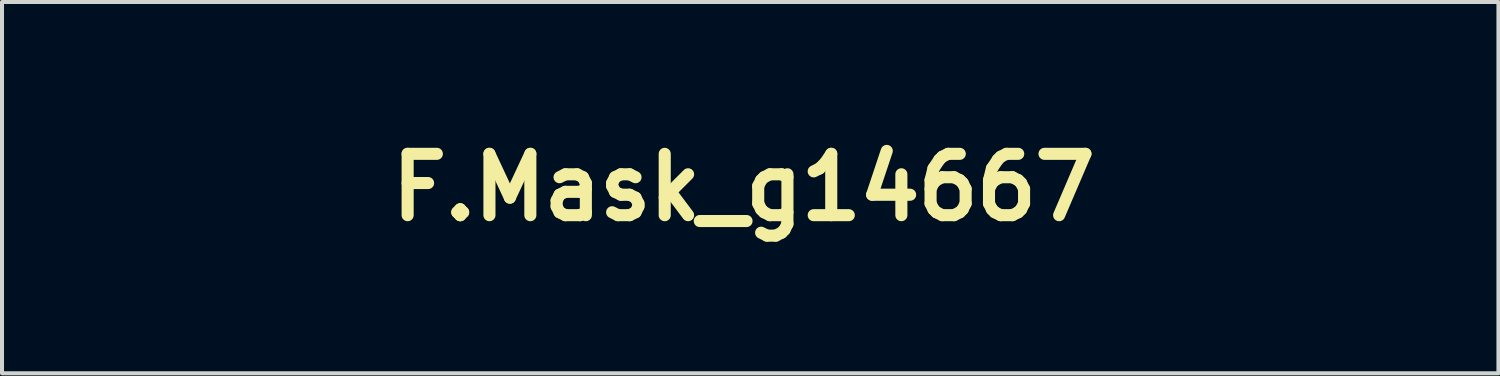
<source format=kicad_pcb>
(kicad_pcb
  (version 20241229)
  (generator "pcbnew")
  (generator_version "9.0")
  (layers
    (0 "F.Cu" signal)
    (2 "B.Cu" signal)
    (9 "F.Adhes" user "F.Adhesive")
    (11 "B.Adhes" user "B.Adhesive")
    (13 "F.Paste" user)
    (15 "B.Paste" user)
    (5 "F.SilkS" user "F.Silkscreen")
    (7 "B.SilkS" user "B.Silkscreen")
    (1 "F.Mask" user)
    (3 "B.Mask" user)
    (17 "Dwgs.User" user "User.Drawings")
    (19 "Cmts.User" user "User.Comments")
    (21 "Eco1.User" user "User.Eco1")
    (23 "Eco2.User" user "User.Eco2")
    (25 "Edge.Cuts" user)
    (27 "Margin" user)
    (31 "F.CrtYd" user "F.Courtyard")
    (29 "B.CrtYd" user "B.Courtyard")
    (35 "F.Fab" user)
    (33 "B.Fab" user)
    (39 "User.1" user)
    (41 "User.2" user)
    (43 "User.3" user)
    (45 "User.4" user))
  (footprint "F.Mask_g14667"
    (layer "F.Cu")
    (at 15.422 1.606)
    (property "Reference" "F.Mask_g14667" (at 0 0 0) (layer "F.SilkS") (effects (font (size 1.524 1.524) (thickness 0.3))))
    (attr through_hole)
    (fp_poly (pts (xy -8.903 -1.079) (xy -10.122 -1.079) (xy -10.122 -0.152) (xy -9.042 -0.152) (xy -9.042 0.102) (xy -10.122 0.102) (xy -10.122 1.194) (xy -8.788 1.194) (xy -8.788 1.448) (xy -11.9 1.448) (xy -11.9 1.194) (xy -11.424 1.187) (xy -11.42 0.371) (xy -11.417 -0.445) (xy -11.29 -0.445) (xy -11.163 -0.445) (xy -11.163 1.194) (xy -10.395 1.187) (xy -10.392 0.054) (xy -10.388 -1.08) (xy -11.074 -1.08) (xy -11.76 -1.079) (xy -11.76 -1.333) (xy -8.903 -1.333) (xy -8.903 -1.079)) (stroke (width 0.01) (type solid)) (fill yes) (layer "F.Mask"))
    (fp_poly (pts (xy -13.226 -0.36) (xy -13.042 -0.231) (xy -12.869 -0.105) (xy -12.71 0.016) (xy -12.567 0.131) (xy -12.442 0.237) (xy -12.347 0.323) (xy -12.254 0.411) (xy -12.353 0.51) (xy -12.393 0.55) (xy -12.427 0.582) (xy -12.45 0.602) (xy -12.458 0.608) (xy -12.47 0.599) (xy -12.495 0.576) (xy -12.53 0.542) (xy -12.56 0.512) (xy -12.636 0.44) (xy -12.729 0.357) (xy -12.836 0.266) (xy -12.952 0.17) (xy -13.075 0.072) (xy -13.2 -0.026) (xy -13.323 -0.119) (xy -13.441 -0.205) (xy -13.529 -0.266) (xy -13.57 -0.296) (xy -13.602 -0.321) (xy -13.619 -0.338) (xy -13.621 -0.343) (xy -13.609 -0.355) (xy -13.583 -0.38) (xy -13.547 -0.413) (xy -13.527 -0.43) (xy -13.44 -0.508) (xy -13.226 -0.36)) (stroke (width 0.01) (type solid)) (fill yes) (layer "F.Mask"))
    (fp_poly (pts (xy 10.732 -0.978) (xy 12.002 -0.978) (xy 12.002 0.66) (xy 11.735 0.66) (xy 11.735 0.457) (xy 11.236 0.46) (xy 10.738 0.464) (xy 10.731 1.6) (xy 10.465 1.6) (xy 10.465 0.457) (xy 9.966 0.46) (xy 9.468 0.464) (xy 9.464 0.575) (xy 9.46 0.687) (xy 9.337 0.683) (xy 9.214 0.679) (xy 9.214 0.203) (xy 9.461 0.203) (xy 10.465 0.203) (xy 10.731 0.203) (xy 11.735 0.203) (xy 11.735 -0.724) (xy 11.236 -0.721) (xy 10.738 -0.718) (xy 10.735 -0.257) (xy 10.731 0.203) (xy 10.465 0.203) (xy 10.465 -0.724) (xy 9.966 -0.721) (xy 9.468 -0.718) (xy 9.465 -0.257) (xy 9.461 0.203) (xy 9.214 0.203) (xy 9.214 -0.972) (xy 10.465 -0.978) (xy 10.465 -1.6) (xy 10.732 -1.6) (xy 10.732 -0.978)) (stroke (width 0.01) (type solid)) (fill yes) (layer "F.Mask"))
    (fp_poly (pts (xy 15.122 -0.424) (xy 15.152 -0.385) (xy 15.191 -0.33) (xy 15.235 -0.264) (xy 15.283 -0.193) (xy 15.328 -0.122) (xy 15.369 -0.057) (xy 15.391 -0.021) (xy 15.505 0.189) (xy 15.605 0.403) (xy 15.687 0.613) (xy 15.709 0.68) (xy 15.729 0.742) (xy 15.741 0.785) (xy 15.746 0.813) (xy 15.743 0.83) (xy 15.733 0.84) (xy 15.719 0.848) (xy 15.695 0.859) (xy 15.655 0.878) (xy 15.606 0.9) (xy 15.593 0.906) (xy 15.496 0.951) (xy 15.481 0.885) (xy 15.447 0.767) (xy 15.4 0.633) (xy 15.341 0.489) (xy 15.272 0.338) (xy 15.196 0.186) (xy 15.114 0.036) (xy 15.029 -0.107) (xy 14.978 -0.187) (xy 14.874 -0.342) (xy 14.927 -0.373) (xy 14.973 -0.398) (xy 15.023 -0.425) (xy 15.036 -0.432) (xy 15.093 -0.46) (xy 15.122 -0.424)) (stroke (width 0.01) (type solid)) (fill yes) (layer "F.Mask"))
    (fp_poly (pts (xy 13.662 -1.56) (xy 13.705 -1.546) (xy 13.765 -1.523) (xy 13.817 -1.502) (xy 13.953 -1.446) (xy 14.098 -1.382) (xy 14.246 -1.312) (xy 14.393 -1.239) (xy 14.532 -1.165) (xy 14.658 -1.095) (xy 14.756 -1.036) (xy 14.81 -1.002) (xy 14.762 -0.936) (xy 14.73 -0.892) (xy 14.699 -0.847) (xy 14.682 -0.823) (xy 14.661 -0.794) (xy 14.646 -0.777) (xy 14.643 -0.775) (xy 14.63 -0.782) (xy 14.605 -0.8) (xy 14.596 -0.807) (xy 14.543 -0.845) (xy 14.47 -0.891) (xy 14.381 -0.943) (xy 14.28 -0.999) (xy 14.17 -1.057) (xy 14.055 -1.116) (xy 13.94 -1.172) (xy 13.827 -1.225) (xy 13.72 -1.273) (xy 13.623 -1.313) (xy 13.617 -1.316) (xy 13.56 -1.339) (xy 13.513 -1.36) (xy 13.48 -1.376) (xy 13.465 -1.386) (xy 13.465 -1.387) (xy 13.474 -1.401) (xy 13.495 -1.43) (xy 13.524 -1.468) (xy 13.538 -1.486) (xy 13.566 -1.521) (xy 13.587 -1.545) (xy 13.608 -1.56) (xy 13.631 -1.565) (xy 13.662 -1.56)) (stroke (width 0.01) (type solid)) (fill yes) (layer "F.Mask"))
    (fp_poly (pts (xy 12.858 -0.338) (xy 12.89 -0.334) (xy 12.936 -0.326) (xy 12.967 -0.32) (xy 13.087 -0.297) (xy 13.084 -0.234) (xy 13.076 -0.152) (xy 13.061 -0.052) (xy 13.041 0.061) (xy 13.017 0.181) (xy 12.99 0.302) (xy 12.961 0.419) (xy 12.932 0.525) (xy 12.903 0.615) (xy 12.901 0.619) (xy 12.875 0.689) (xy 12.844 0.762) (xy 12.811 0.834) (xy 12.778 0.902) (xy 12.746 0.961) (xy 12.717 1.009) (xy 12.694 1.041) (xy 12.678 1.053) (xy 12.677 1.053) (xy 12.663 1.046) (xy 12.633 1.029) (xy 12.592 1.003) (xy 12.564 0.986) (xy 12.519 0.957) (xy 12.484 0.933) (xy 12.463 0.915) (xy 12.459 0.91) (xy 12.465 0.895) (xy 12.482 0.866) (xy 12.495 0.847) (xy 12.558 0.741) (xy 12.618 0.613) (xy 12.673 0.467) (xy 12.723 0.306) (xy 12.766 0.133) (xy 12.801 -0.048) (xy 12.816 -0.145) (xy 12.826 -0.211) (xy 12.834 -0.268) (xy 12.841 -0.311) (xy 12.845 -0.335) (xy 12.845 -0.339) (xy 12.858 -0.338)) (stroke (width 0.01) (type solid)) (fill yes) (layer "F.Mask"))
    (fp_poly (pts (xy -12.344 -1.092) (xy -13.448 -1.092) (xy -13.575 -0.899) (xy -13.703 -0.705) (xy -13.703 1.587) (xy -13.983 1.587) (xy -13.983 -0.346) (xy -14.126 -0.196) (xy -14.354 0.027) (xy -14.597 0.234) (xy -14.851 0.423) (xy -15.113 0.59) (xy -15.169 0.622) (xy -15.209 0.644) (xy -15.233 0.654) (xy -15.247 0.653) (xy -15.255 0.643) (xy -15.268 0.625) (xy -15.292 0.592) (xy -15.324 0.55) (xy -15.342 0.528) (xy -15.417 0.433) (xy -15.315 0.38) (xy -15.251 0.344) (xy -15.172 0.296) (xy -15.084 0.24) (xy -14.993 0.181) (xy -14.905 0.12) (xy -14.826 0.064) (xy -14.776 0.026) (xy -14.547 -0.167) (xy -14.331 -0.376) (xy -14.134 -0.597) (xy -13.957 -0.828) (xy -13.858 -0.974) (xy -13.83 -1.019) (xy -13.808 -1.056) (xy -13.795 -1.08) (xy -13.792 -1.085) (xy -13.805 -1.086) (xy -13.84 -1.088) (xy -13.897 -1.089) (xy -13.972 -1.09) (xy -14.064 -1.091) (xy -14.171 -1.091) (xy -14.29 -1.092) (xy -14.418 -1.092) (xy -14.555 -1.092) (xy -15.329 -1.092) (xy -15.329 -1.346) (xy -12.344 -1.346) (xy -12.344 -1.092)) (stroke (width 0.01) (type solid)) (fill yes) (layer "F.Mask"))
    (fp_poly (pts (xy 5.144 -1.156) (xy 4.826 -1.156) (xy 4.826 -0.152) (xy 5.22 -0.152) (xy 5.22 0.089) (xy 4.826 0.089) (xy 4.826 1.601) (xy 4.702 1.597) (xy 4.578 1.594) (xy 4.572 0.088) (xy 4.007 0.095) (xy 3.998 0.278) (xy 3.978 0.507) (xy 3.942 0.726) (xy 3.891 0.93) (xy 3.825 1.119) (xy 3.746 1.289) (xy 3.721 1.334) (xy 3.699 1.368) (xy 3.67 1.412) (xy 3.636 1.459) (xy 3.601 1.507) (xy 3.568 1.551) (xy 3.54 1.586) (xy 3.521 1.607) (xy 3.515 1.612) (xy 3.504 1.604) (xy 3.48 1.584) (xy 3.448 1.558) (xy 3.409 1.527) (xy 3.373 1.499) (xy 3.353 1.484) (xy 3.321 1.463) (xy 3.35 1.427) (xy 3.448 1.29) (xy 3.532 1.151) (xy 3.6 1.006) (xy 3.655 0.852) (xy 3.697 0.685) (xy 3.728 0.501) (xy 3.749 0.299) (xy 3.754 0.232) (xy 3.763 0.089) (xy 3.378 0.089) (xy 3.378 -0.152) (xy 3.759 -0.152) (xy 3.759 -1.156) (xy 4.013 -1.156) (xy 4.013 -0.152) (xy 4.572 -0.152) (xy 4.572 -1.156) (xy 4.013 -1.156) (xy 3.759 -1.156) (xy 3.48 -1.156) (xy 3.48 -1.397) (xy 5.144 -1.397) (xy 5.144 -1.156)) (stroke (width 0.01) (type solid)) (fill yes) (layer "F.Mask"))
    (fp_poly (pts (xy -5.931 0.152) (xy -6.68 0.152) (xy -6.68 0.445) (xy -5.613 0.445) (xy -5.613 0.86) (xy -5.614 0.983) (xy -5.614 1.083) (xy -5.616 1.162) (xy -5.619 1.225) (xy -5.624 1.273) (xy -5.631 1.309) (xy -5.641 1.336) (xy -5.655 1.356) (xy -5.671 1.372) (xy -5.692 1.388) (xy -5.7 1.393) (xy -5.734 1.411) (xy -5.777 1.426) (xy -5.831 1.438) (xy -5.901 1.446) (xy -5.99 1.453) (xy -6.084 1.457) (xy -6.293 1.464) (xy -6.317 1.389) (xy -6.334 1.339) (xy -6.353 1.292) (xy -6.364 1.267) (xy -6.388 1.22) (xy -6.149 1.223) (xy -6.06 1.223) (xy -5.993 1.223) (xy -5.945 1.221) (xy -5.914 1.217) (xy -5.895 1.212) (xy -5.888 1.208) (xy -5.881 1.199) (xy -5.876 1.184) (xy -5.872 1.16) (xy -5.869 1.122) (xy -5.868 1.068) (xy -5.867 0.994) (xy -5.867 0.938) (xy -5.867 0.686) (xy -6.68 0.686) (xy -6.68 1.6) (xy -6.947 1.6) (xy -6.947 0.686) (xy -7.811 0.686) (xy -7.811 1.435) (xy -8.065 1.435) (xy -8.065 0.445) (xy -6.947 0.445) (xy -6.947 0.152) (xy -7.747 0.152) (xy -7.747 -0.381) (xy -7.506 -0.381) (xy -7.506 -0.038) (xy -6.185 -0.038) (xy -6.185 -0.381) (xy -7.506 -0.381) (xy -7.747 -0.381) (xy -7.747 -0.584) (xy -5.931 -0.584) (xy -5.931 0.152)) (stroke (width 0.01) (type solid)) (fill yes) (layer "F.Mask"))
    (fp_poly (pts (xy -4.242 -0.838) (xy -4.051 -0.838) (xy -3.86 -0.838) (xy -3.863 -0.721) (xy -3.867 -0.603) (xy -4.054 -0.6) (xy -4.242 -0.596) (xy -4.242 -0.336) (xy -4.182 -0.248) (xy -4.124 -0.161) (xy -4.068 -0.076) (xy -4.016 0.007) (xy -3.968 0.084) (xy -3.926 0.152) (xy -3.893 0.209) (xy -3.87 0.251) (xy -3.858 0.277) (xy -3.857 0.284) (xy -3.868 0.301) (xy -3.889 0.332) (xy -3.917 0.372) (xy -3.922 0.379) (xy -3.979 0.46) (xy -4.235 -0.044) (xy -4.239 0.772) (xy -4.242 1.587) (xy -4.47 1.587) (xy -4.477 -0.006) (xy -4.532 0.165) (xy -4.595 0.348) (xy -4.661 0.52) (xy -4.729 0.677) (xy -4.784 0.789) (xy -4.855 0.927) (xy -4.899 0.854) (xy -4.925 0.81) (xy -4.951 0.77) (xy -4.967 0.747) (xy -4.991 0.712) (xy -4.948 0.645) (xy -4.888 0.539) (xy -4.825 0.412) (xy -4.763 0.267) (xy -4.702 0.107) (xy -4.644 -0.063) (xy -4.59 -0.241) (xy -4.547 -0.4) (xy -4.532 -0.461) (xy -4.52 -0.514) (xy -4.512 -0.553) (xy -4.509 -0.574) (xy -4.509 -0.575) (xy -4.511 -0.583) (xy -4.519 -0.589) (xy -4.537 -0.593) (xy -4.569 -0.595) (xy -4.618 -0.597) (xy -4.688 -0.597) (xy -4.712 -0.597) (xy -4.915 -0.597) (xy -4.915 -0.838) (xy -4.696 -0.841) (xy -4.477 -0.845) (xy -4.473 -1.222) (xy -4.47 -1.6) (xy -4.242 -1.6) (xy -4.242 -0.838)) (stroke (width 0.01) (type solid)) (fill yes) (layer "F.Mask"))
    (fp_poly (pts (xy 3.289 -1.168) (xy 3.018 -1.168) (xy 2.746 -1.168) (xy 2.738 -1.121) (xy 2.729 -1.079) (xy 2.715 -1.018) (xy 2.697 -0.942) (xy 2.677 -0.858) (xy 2.654 -0.77) (xy 2.632 -0.684) (xy 2.611 -0.604) (xy 2.592 -0.537) (xy 2.579 -0.491) (xy 2.563 -0.437) (xy 2.55 -0.393) (xy 2.542 -0.363) (xy 2.54 -0.354) (xy 2.552 -0.351) (xy 2.586 -0.348) (xy 2.64 -0.346) (xy 2.708 -0.343) (xy 2.789 -0.341) (xy 2.879 -0.34) (xy 2.88 -0.34) (xy 3.219 -0.337) (xy 3.223 0.41) (xy 3.226 1.156) (xy 2.527 1.156) (xy 2.527 1.435) (xy 2.299 1.435) (xy 2.299 0.184) (xy 2.253 0.26) (xy 2.21 0.329) (xy 2.173 0.385) (xy 2.145 0.423) (xy 2.126 0.443) (xy 2.122 0.445) (xy 2.111 0.434) (xy 2.102 0.41) (xy 2.093 0.383) (xy 2.076 0.341) (xy 2.055 0.292) (xy 2.049 0.278) (xy 2.004 0.18) (xy 2.054 0.106) (xy 2.147 -0.051) (xy 2.172 -0.102) (xy 2.527 -0.102) (xy 2.527 0.927) (xy 2.997 0.927) (xy 2.997 -0.102) (xy 2.527 -0.102) (xy 2.172 -0.102) (xy 2.234 -0.231) (xy 2.313 -0.432) (xy 2.384 -0.652) (xy 2.445 -0.891) (xy 2.469 -1) (xy 2.482 -1.06) (xy 2.492 -1.11) (xy 2.499 -1.146) (xy 2.502 -1.162) (xy 2.502 -1.162) (xy 2.49 -1.164) (xy 2.457 -1.166) (xy 2.406 -1.167) (xy 2.343 -1.168) (xy 2.286 -1.168) (xy 2.07 -1.168) (xy 2.07 -1.397) (xy 3.289 -1.397) (xy 3.289 -1.168)) (stroke (width 0.01) (type solid)) (fill yes) (layer "F.Mask"))
    (fp_poly (pts (xy -2.781 -1.219) (xy -2.921 -1.219) (xy -2.921 1.6) (xy -3.137 1.6) (xy -3.137 1.276) (xy -3.137 1.166) (xy -3.139 1.08) (xy -3.141 1.017) (xy -3.144 0.976) (xy -3.148 0.955) (xy -3.151 0.953) (xy -3.168 0.955) (xy -3.205 0.961) (xy -3.257 0.969) (xy -3.319 0.98) (xy -3.338 0.984) (xy -3.46 1.006) (xy -3.573 1.026) (xy -3.677 1.044) (xy -3.768 1.059) (xy -3.844 1.071) (xy -3.903 1.081) (xy -3.942 1.086) (xy -3.959 1.087) (xy -3.959 1.087) (xy -3.964 1.073) (xy -3.973 1.041) (xy -3.984 0.996) (xy -3.989 0.977) (xy -4.001 0.917) (xy -4.005 0.878) (xy -4.001 0.864) (xy -3.983 0.859) (xy -3.947 0.851) (xy -3.898 0.843) (xy -3.874 0.84) (xy -3.759 0.823) (xy -3.759 0.501) (xy -3.543 0.501) (xy -3.543 0.598) (xy -3.542 0.672) (xy -3.54 0.726) (xy -3.537 0.761) (xy -3.533 0.781) (xy -3.528 0.787) (xy -3.527 0.787) (xy -3.51 0.785) (xy -3.472 0.779) (xy -3.419 0.771) (xy -3.356 0.76) (xy -3.327 0.756) (xy -3.262 0.745) (xy -3.207 0.735) (xy -3.166 0.728) (xy -3.143 0.724) (xy -3.14 0.724) (xy -3.139 0.712) (xy -3.138 0.678) (xy -3.138 0.627) (xy -3.139 0.562) (xy -3.14 0.486) (xy -3.14 0.473) (xy -3.143 0.222) (xy -3.343 0.219) (xy -3.543 0.215) (xy -3.543 0.501) (xy -3.759 0.501) (xy -3.759 -0.495) (xy -3.543 -0.495) (xy -3.543 0) (xy -3.137 0) (xy -3.137 -0.495) (xy -3.543 -0.495) (xy -3.759 -0.495) (xy -3.759 -1.219) (xy -3.543 -1.219) (xy -3.543 -0.724) (xy -3.137 -0.724) (xy -3.137 -1.219) (xy -3.543 -1.219) (xy -3.759 -1.219) (xy -3.95 -1.219) (xy -3.95 -1.435) (xy -2.781 -1.435) (xy -2.781 -1.219)) (stroke (width 0.01) (type solid)) (fill yes) (layer "F.Mask"))
    (fp_poly (pts (xy -6.706 -1.054) (xy -6.375 -1.054) (xy -6.287 -1.054) (xy -6.207 -1.055) (xy -6.14 -1.055) (xy -6.088 -1.056) (xy -6.056 -1.057) (xy -6.045 -1.058) (xy -6.056 -1.065) (xy -6.085 -1.078) (xy -6.126 -1.095) (xy -6.134 -1.099) (xy -6.177 -1.117) (xy -6.208 -1.133) (xy -6.223 -1.144) (xy -6.223 -1.145) (xy -6.216 -1.159) (xy -6.197 -1.189) (xy -6.169 -1.228) (xy -6.148 -1.256) (xy -6.106 -1.315) (xy -6.061 -1.382) (xy -6.021 -1.443) (xy -6.012 -1.457) (xy -5.985 -1.501) (xy -5.964 -1.536) (xy -5.951 -1.557) (xy -5.948 -1.56) (xy -5.936 -1.558) (xy -5.906 -1.55) (xy -5.863 -1.537) (xy -5.815 -1.522) (xy -5.768 -1.506) (xy -5.726 -1.491) (xy -5.697 -1.48) (xy -5.687 -1.475) (xy -5.692 -1.463) (xy -5.711 -1.434) (xy -5.741 -1.393) (xy -5.781 -1.341) (xy -5.828 -1.283) (xy -5.879 -1.22) (xy -5.932 -1.157) (xy -5.954 -1.132) (xy -6.022 -1.054) (xy -5.71 -1.054) (xy -5.397 -1.054) (xy -5.397 -0.305) (xy -5.652 -0.305) (xy -5.652 -0.826) (xy -8.039 -0.826) (xy -8.039 -0.305) (xy -8.293 -0.305) (xy -8.293 -1.054) (xy -7.733 -1.054) (xy -7.78 -1.142) (xy -7.808 -1.19) (xy -7.847 -1.25) (xy -7.889 -1.311) (xy -7.915 -1.347) (xy -7.949 -1.393) (xy -7.976 -1.431) (xy -7.993 -1.457) (xy -7.998 -1.467) (xy -7.986 -1.472) (xy -7.955 -1.485) (xy -7.912 -1.503) (xy -7.884 -1.515) (xy -7.773 -1.561) (xy -7.715 -1.495) (xy -7.689 -1.464) (xy -7.657 -1.421) (xy -7.62 -1.371) (xy -7.582 -1.317) (xy -7.546 -1.265) (xy -7.515 -1.219) (xy -7.493 -1.183) (xy -7.481 -1.161) (xy -7.48 -1.158) (xy -7.491 -1.148) (xy -7.52 -1.132) (xy -7.561 -1.111) (xy -7.579 -1.102) (xy -7.677 -1.057) (xy -7.318 -1.055) (xy -6.96 -1.054) (xy -6.96 -1.6) (xy -6.706 -1.6) (xy -6.706 -1.054)) (stroke (width 0.01) (type solid)) (fill yes) (layer "F.Mask"))
    (fp_poly (pts (xy 13.691 0.293) (xy 13.691 0.473) (xy 13.691 0.63) (xy 13.691 0.765) (xy 13.691 0.88) (xy 13.692 0.976) (xy 13.694 1.056) (xy 13.697 1.12) (xy 13.7 1.17) (xy 13.705 1.209) (xy 13.71 1.238) (xy 13.717 1.259) (xy 13.726 1.273) (xy 13.736 1.282) (xy 13.748 1.287) (xy 13.762 1.292) (xy 13.776 1.296) (xy 13.806 1.3) (xy 13.862 1.304) (xy 13.942 1.306) (xy 14.048 1.307) (xy 14.179 1.306) (xy 14.245 1.306) (xy 14.667 1.302) (xy 14.706 1.264) (xy 14.738 1.223) (xy 14.763 1.164) (xy 14.784 1.086) (xy 14.799 0.987) (xy 14.809 0.892) (xy 14.814 0.821) (xy 14.82 0.753) (xy 14.825 0.696) (xy 14.828 0.655) (xy 14.829 0.652) (xy 14.835 0.586) (xy 14.881 0.617) (xy 14.918 0.639) (xy 14.967 0.662) (xy 15 0.675) (xy 15.074 0.702) (xy 15.068 0.779) (xy 15.054 0.927) (xy 15.038 1.052) (xy 15.021 1.156) (xy 15 1.242) (xy 14.977 1.313) (xy 14.949 1.371) (xy 14.916 1.419) (xy 14.878 1.458) (xy 14.854 1.478) (xy 14.832 1.495) (xy 14.809 1.508) (xy 14.783 1.519) (xy 14.75 1.527) (xy 14.708 1.533) (xy 14.654 1.538) (xy 14.586 1.541) (xy 14.501 1.542) (xy 14.396 1.544) (xy 14.269 1.545) (xy 14.243 1.545) (xy 14.109 1.546) (xy 13.999 1.546) (xy 13.908 1.545) (xy 13.836 1.544) (xy 13.779 1.541) (xy 13.734 1.538) (xy 13.7 1.534) (xy 13.68 1.53) (xy 13.596 1.504) (xy 13.531 1.464) (xy 13.484 1.408) (xy 13.453 1.347) (xy 13.449 1.334) (xy 13.445 1.319) (xy 13.442 1.299) (xy 13.439 1.272) (xy 13.437 1.238) (xy 13.435 1.193) (xy 13.433 1.137) (xy 13.432 1.067) (xy 13.431 0.981) (xy 13.43 0.879) (xy 13.429 0.757) (xy 13.428 0.615) (xy 13.427 0.45) (xy 13.427 0.333) (xy 13.423 -0.622) (xy 13.691 -0.622) (xy 13.691 0.293)) (stroke (width 0.01) (type solid)) (fill yes) (layer "F.Mask"))
    (fp_poly (pts (xy -2.197 -1.448) (xy -2.112 -1.447) (xy -2.046 -1.447) (xy -1.996 -1.445) (xy -1.959 -1.443) (xy -1.931 -1.44) (xy -1.91 -1.435) (xy -1.892 -1.428) (xy -1.875 -1.42) (xy -1.867 -1.416) (xy -1.831 -1.397) (xy -1.805 -1.38) (xy -1.797 -1.372) (xy -1.797 -1.361) (xy -1.802 -1.334) (xy -1.812 -1.29) (xy -1.827 -1.23) (xy -1.849 -1.15) (xy -1.877 -1.051) (xy -1.911 -0.93) (xy -1.952 -0.788) (xy -1.996 -0.638) (xy -2.086 -0.33) (xy -2.035 -0.245) (xy -1.943 -0.08) (xy -1.872 0.072) (xy -1.82 0.213) (xy -1.787 0.345) (xy -1.772 0.47) (xy -1.775 0.589) (xy -1.777 0.61) (xy -1.797 0.727) (xy -1.826 0.821) (xy -1.866 0.895) (xy -1.918 0.95) (xy -1.985 0.987) (xy -2.067 1.008) (xy -2.166 1.016) (xy -2.177 1.016) (xy -2.28 1.016) (xy -2.301 0.93) (xy -2.312 0.884) (xy -2.323 0.846) (xy -2.33 0.824) (xy -2.331 0.814) (xy -2.322 0.809) (xy -2.297 0.808) (xy -2.252 0.809) (xy -2.239 0.81) (xy -2.161 0.811) (xy -2.101 0.8) (xy -2.058 0.776) (xy -2.027 0.735) (xy -2.007 0.675) (xy -1.993 0.593) (xy -1.992 0.586) (xy -1.989 0.458) (xy -2.008 0.32) (xy -2.051 0.171) (xy -2.116 0.012) (xy -2.203 -0.158) (xy -2.274 -0.276) (xy -2.282 -0.293) (xy -2.284 -0.313) (xy -2.279 -0.344) (xy -2.268 -0.391) (xy -2.263 -0.409) (xy -2.253 -0.448) (xy -2.238 -0.505) (xy -2.219 -0.577) (xy -2.198 -0.659) (xy -2.176 -0.747) (xy -2.153 -0.837) (xy -2.13 -0.924) (xy -2.109 -1.006) (xy -2.091 -1.077) (xy -2.077 -1.134) (xy -2.068 -1.173) (xy -2.065 -1.184) (xy -2.057 -1.219) (xy -2.254 -1.219) (xy -2.451 -1.219) (xy -2.454 0.187) (xy -2.457 1.594) (xy -2.56 1.597) (xy -2.608 1.598) (xy -2.647 1.597) (xy -2.669 1.593) (xy -2.671 1.592) (xy -2.672 1.579) (xy -2.673 1.541) (xy -2.674 1.481) (xy -2.675 1.401) (xy -2.676 1.302) (xy -2.677 1.185) (xy -2.678 1.051) (xy -2.678 0.904) (xy -2.679 0.744) (xy -2.679 0.572) (xy -2.679 0.391) (xy -2.68 0.201) (xy -2.68 0.068) (xy -2.68 -1.448) (xy -2.305 -1.448) (xy -2.197 -1.448)) (stroke (width 0.01) (type solid)) (fill yes) (layer "F.Mask"))
    (fp_poly (pts (xy 7.023 0.229) (xy 7.936 0.229) (xy 7.94 0.757) (xy 7.941 0.886) (xy 7.942 0.993) (xy 7.943 1.079) (xy 7.944 1.147) (xy 7.946 1.199) (xy 7.948 1.237) (xy 7.951 1.263) (xy 7.955 1.281) (xy 7.959 1.292) (xy 7.964 1.299) (xy 7.969 1.303) (xy 7.985 1.31) (xy 8.014 1.315) (xy 8.059 1.319) (xy 8.122 1.32) (xy 8.192 1.321) (xy 8.271 1.321) (xy 8.332 1.318) (xy 8.378 1.31) (xy 8.411 1.294) (xy 8.433 1.267) (xy 8.447 1.226) (xy 8.456 1.168) (xy 8.462 1.09) (xy 8.466 0.994) (xy 8.47 0.929) (xy 8.474 0.875) (xy 8.478 0.835) (xy 8.482 0.815) (xy 8.483 0.813) (xy 8.498 0.819) (xy 8.518 0.832) (xy 8.545 0.847) (xy 8.586 0.865) (xy 8.626 0.882) (xy 8.706 0.912) (xy 8.71 0.987) (xy 8.709 1.046) (xy 8.703 1.121) (xy 8.692 1.202) (xy 8.679 1.282) (xy 8.664 1.351) (xy 8.652 1.39) (xy 8.617 1.459) (xy 8.569 1.515) (xy 8.511 1.553) (xy 8.485 1.562) (xy 8.447 1.568) (xy 8.386 1.572) (xy 8.301 1.573) (xy 8.191 1.573) (xy 8.148 1.573) (xy 8.045 1.571) (xy 7.958 1.567) (xy 7.886 1.56) (xy 7.827 1.547) (xy 7.78 1.527) (xy 7.743 1.497) (xy 7.716 1.455) (xy 7.697 1.399) (xy 7.684 1.328) (xy 7.676 1.24) (xy 7.672 1.131) (xy 7.671 1.001) (xy 7.671 0.867) (xy 7.671 0.47) (xy 7.015 0.47) (xy 6.987 0.581) (xy 6.938 0.734) (xy 6.865 0.876) (xy 6.771 1.008) (xy 6.653 1.131) (xy 6.512 1.244) (xy 6.348 1.347) (xy 6.161 1.442) (xy 5.95 1.527) (xy 5.91 1.541) (xy 5.837 1.566) (xy 5.783 1.583) (xy 5.746 1.592) (xy 5.721 1.595) (xy 5.704 1.59) (xy 5.692 1.58) (xy 5.687 1.572) (xy 5.669 1.548) (xy 5.641 1.512) (xy 5.607 1.472) (xy 5.603 1.467) (xy 5.539 1.392) (xy 5.7 1.34) (xy 5.913 1.263) (xy 6.102 1.178) (xy 6.266 1.086) (xy 6.407 0.986) (xy 6.523 0.877) (xy 6.616 0.761) (xy 6.664 0.68) (xy 6.68 0.645) (xy 6.699 0.6) (xy 6.718 0.554) (xy 6.733 0.512) (xy 6.742 0.483) (xy 6.744 0.474) (xy 6.731 0.473) (xy 6.697 0.472) (xy 6.642 0.472) (xy 6.57 0.471) (xy 6.483 0.47) (xy 6.385 0.47) (xy 6.278 0.47) (xy 6.254 0.47) (xy 5.765 0.47) (xy 5.772 0.235) (xy 6.271 0.232) (xy 6.769 0.228) (xy 6.769 -0.191) (xy 7.023 -0.191) (xy 7.023 0.229)) (stroke (width 0.01) (type solid)) (fill yes) (layer "F.Mask"))
    (fp_poly (pts (xy 1.321 -1.29) (xy 1.36 -1.26) (xy 1.391 -1.237) (xy 1.408 -1.223) (xy 1.41 -1.222) (xy 1.405 -1.212) (xy 1.385 -1.191) (xy 1.37 -1.177) (xy 1.342 -1.153) (xy 1.301 -1.117) (xy 1.252 -1.074) (xy 1.2 -1.029) (xy 1.198 -1.028) (xy 1.03 -0.888) (xy 0.853 -0.755) (xy 0.661 -0.623) (xy 0.449 -0.49) (xy 0.445 -0.488) (xy 0.273 -0.384) (xy 0.273 -0.044) (xy 0.994 -0.041) (xy 1.714 -0.038) (xy 1.714 0.216) (xy 0.267 0.216) (xy 0.266 0.791) (xy 0.266 0.934) (xy 0.265 1.055) (xy 0.264 1.154) (xy 0.263 1.236) (xy 0.26 1.301) (xy 0.257 1.352) (xy 0.252 1.391) (xy 0.245 1.421) (xy 0.237 1.444) (xy 0.228 1.463) (xy 0.216 1.479) (xy 0.208 1.488) (xy 0.177 1.516) (xy 0.139 1.539) (xy 0.091 1.557) (xy 0.03 1.571) (xy -0.047 1.582) (xy -0.142 1.59) (xy -0.258 1.595) (xy -0.314 1.596) (xy -0.408 1.599) (xy -0.479 1.6) (xy -0.53 1.599) (xy -0.565 1.598) (xy -0.586 1.595) (xy -0.595 1.59) (xy -0.597 1.586) (xy -0.602 1.567) (xy -0.615 1.531) (xy -0.634 1.486) (xy -0.642 1.467) (xy -0.663 1.42) (xy -0.681 1.381) (xy -0.691 1.357) (xy -0.693 1.352) (xy -0.683 1.348) (xy -0.647 1.345) (xy -0.587 1.342) (xy -0.503 1.34) (xy -0.394 1.34) (xy -0.371 1.34) (xy -0.265 1.34) (xy -0.183 1.339) (xy -0.121 1.337) (xy -0.076 1.334) (xy -0.046 1.331) (xy -0.028 1.326) (xy -0.021 1.322) (xy -0.016 1.316) (xy -0.012 1.306) (xy -0.008 1.288) (xy -0.006 1.262) (xy -0.004 1.224) (xy -0.002 1.172) (xy -0.001 1.105) (xy -0.000424 1.019) (xy -0.000104 0.913) (xy -0.000002 0.785) (xy 0 0.76) (xy 0 0.216) (xy -1.435 0.216) (xy -1.435 -0.038) (xy 0 -0.038) (xy 0 -0.597) (xy 0.08 -0.597) (xy 0.118 -0.598) (xy 0.149 -0.603) (xy 0.18 -0.613) (xy 0.219 -0.632) (xy 0.271 -0.662) (xy 0.276 -0.665) (xy 0.344 -0.707) (xy 0.418 -0.754) (xy 0.496 -0.805) (xy 0.573 -0.858) (xy 0.647 -0.911) (xy 0.716 -0.96) (xy 0.776 -1.005) (xy 0.825 -1.044) (xy 0.859 -1.073) (xy 0.875 -1.092) (xy 0.876 -1.095) (xy 0.864 -1.097) (xy 0.828 -1.098) (xy 0.771 -1.1) (xy 0.694 -1.101) (xy 0.599 -1.102) (xy 0.489 -1.103) (xy 0.365 -1.104) (xy 0.229 -1.104) (xy 0.083 -1.105) (xy -0.071 -1.105) (xy -0.102 -1.105) (xy -1.079 -1.105) (xy -1.079 -1.345) (xy 1.238 -1.353) (xy 1.321 -1.29)) (stroke (width 0.01) (type solid)) (fill yes) (layer "F.Mask"))
    (fp_poly (pts (xy 7.115 -1.597) (xy 7.245 -1.594) (xy 7.252 -1.27) (xy 8.611 -1.27) (xy 8.611 -0.673) (xy 8.345 -0.673) (xy 8.341 -0.854) (xy 8.338 -1.035) (xy 7.626 -1.035) (xy 7.626 -0.701) (xy 7.626 -0.6) (xy 7.627 -0.521) (xy 7.628 -0.462) (xy 7.63 -0.419) (xy 7.632 -0.389) (xy 7.636 -0.37) (xy 7.641 -0.358) (xy 7.648 -0.351) (xy 7.651 -0.348) (xy 7.664 -0.342) (xy 7.687 -0.338) (xy 7.723 -0.334) (xy 7.775 -0.332) (xy 7.845 -0.331) (xy 7.937 -0.33) (xy 7.97 -0.33) (xy 8.07 -0.33) (xy 8.148 -0.331) (xy 8.206 -0.334) (xy 8.249 -0.34) (xy 8.277 -0.351) (xy 8.296 -0.368) (xy 8.307 -0.391) (xy 8.315 -0.424) (xy 8.32 -0.466) (xy 8.322 -0.479) (xy 8.329 -0.526) (xy 8.335 -0.562) (xy 8.338 -0.581) (xy 8.339 -0.582) (xy 8.35 -0.579) (xy 8.371 -0.567) (xy 8.399 -0.553) (xy 8.441 -0.535) (xy 8.482 -0.52) (xy 8.562 -0.491) (xy 8.554 -0.422) (xy 8.534 -0.317) (xy 8.506 -0.235) (xy 8.467 -0.174) (xy 8.417 -0.134) (xy 8.401 -0.125) (xy 8.383 -0.118) (xy 8.365 -0.113) (xy 8.343 -0.109) (xy 8.313 -0.106) (xy 8.274 -0.104) (xy 8.221 -0.103) (xy 8.152 -0.103) (xy 8.065 -0.103) (xy 7.955 -0.104) (xy 7.941 -0.104) (xy 7.829 -0.105) (xy 7.739 -0.106) (xy 7.67 -0.108) (xy 7.616 -0.109) (xy 7.577 -0.112) (xy 7.547 -0.115) (xy 7.526 -0.12) (xy 7.509 -0.125) (xy 7.494 -0.133) (xy 7.483 -0.139) (xy 7.431 -0.182) (xy 7.401 -0.228) (xy 7.393 -0.245) (xy 7.386 -0.263) (xy 7.381 -0.285) (xy 7.377 -0.313) (xy 7.374 -0.351) (xy 7.372 -0.402) (xy 7.371 -0.469) (xy 7.369 -0.555) (xy 7.368 -0.664) (xy 7.368 -0.664) (xy 7.364 -1.041) (xy 7.1 -1.041) (xy 6.837 -1.041) (xy 6.815 -0.93) (xy 6.775 -0.765) (xy 6.722 -0.618) (xy 6.655 -0.489) (xy 6.572 -0.377) (xy 6.472 -0.279) (xy 6.353 -0.195) (xy 6.215 -0.122) (xy 6.054 -0.059) (xy 5.919 -0.018) (xy 5.859 -0.002) (xy 5.807 0.012) (xy 5.768 0.021) (xy 5.748 0.025) (xy 5.747 0.025) (xy 5.732 0.015) (xy 5.715 -0.011) (xy 5.713 -0.016) (xy 5.694 -0.05) (xy 5.666 -0.092) (xy 5.648 -0.116) (xy 5.603 -0.175) (xy 5.726 -0.203) (xy 5.898 -0.25) (xy 6.048 -0.307) (xy 6.176 -0.375) (xy 6.284 -0.453) (xy 6.313 -0.479) (xy 6.362 -0.528) (xy 6.399 -0.574) (xy 6.431 -0.627) (xy 6.458 -0.679) (xy 6.49 -0.755) (xy 6.518 -0.835) (xy 6.539 -0.912) (xy 6.551 -0.978) (xy 6.553 -1.009) (xy 6.553 -1.042) (xy 6.233 -1.038) (xy 5.912 -1.035) (xy 5.905 -0.648) (xy 5.652 -0.648) (xy 5.652 -1.27) (xy 6.985 -1.27) (xy 6.985 -1.601) (xy 7.115 -1.597)) (stroke (width 0.01) (type solid)) (fill yes) (layer "F.Mask")))
  (gr_rect
    (start -3 -3)
    (end 34.173 6.223)
    (stroke (width 0.1) (type default))
    (fill no)
    (layer "Edge.Cuts")))
</source>
